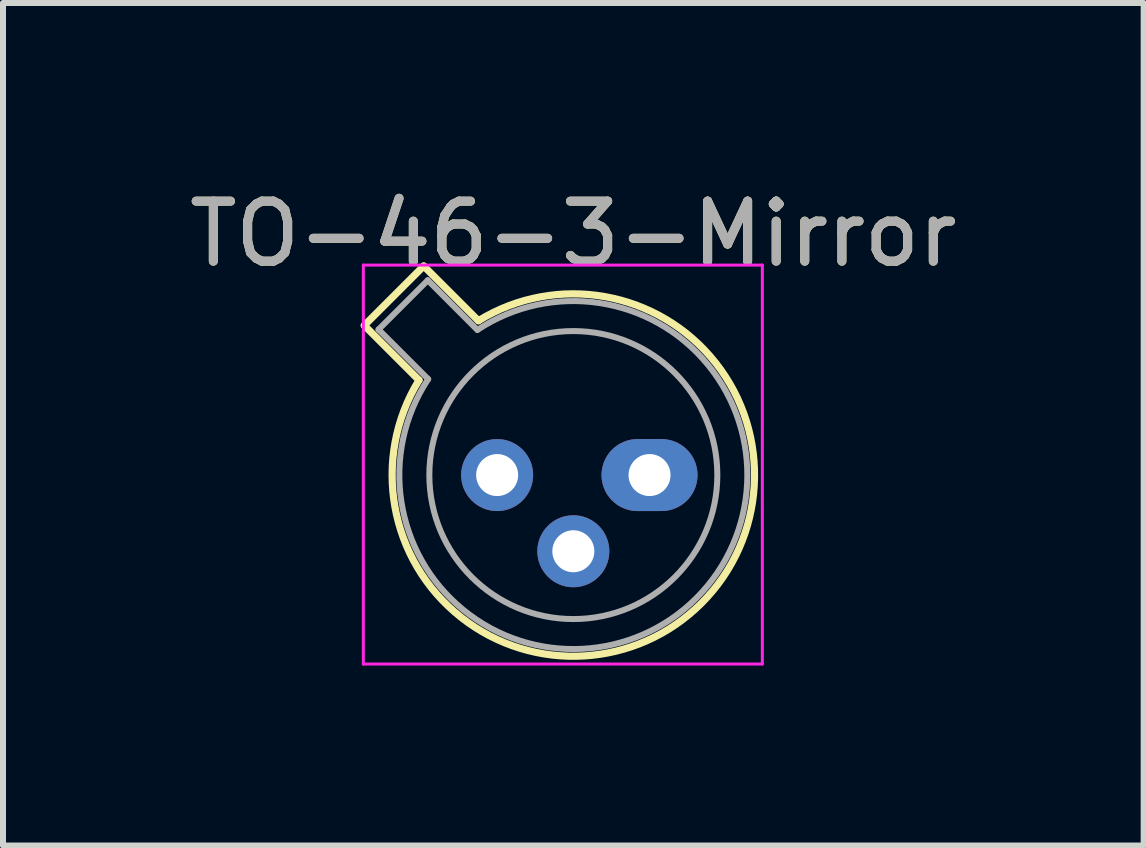
<source format=kicad_pcb>
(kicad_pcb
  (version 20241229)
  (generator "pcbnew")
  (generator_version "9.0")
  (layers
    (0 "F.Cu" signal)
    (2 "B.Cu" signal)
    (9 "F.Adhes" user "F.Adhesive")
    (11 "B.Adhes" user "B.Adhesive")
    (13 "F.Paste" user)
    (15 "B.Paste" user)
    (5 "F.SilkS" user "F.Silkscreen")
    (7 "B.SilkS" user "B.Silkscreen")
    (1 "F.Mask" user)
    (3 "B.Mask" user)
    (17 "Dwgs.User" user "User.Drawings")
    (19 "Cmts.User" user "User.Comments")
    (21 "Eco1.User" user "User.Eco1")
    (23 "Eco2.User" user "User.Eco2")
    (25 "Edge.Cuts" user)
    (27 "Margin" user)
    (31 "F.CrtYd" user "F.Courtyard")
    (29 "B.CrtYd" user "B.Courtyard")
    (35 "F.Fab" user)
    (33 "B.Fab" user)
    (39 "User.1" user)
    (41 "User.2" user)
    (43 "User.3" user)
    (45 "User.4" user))
  (footprint "TO-46-3-Mirror"
    (layer "F.Cu")
    (at 5.236 4.868)
    (property "Reference" "TO-46-3-Mirror" (at 1.27 -4.02 0) (layer "F.SilkS") (effects (font (size 1 1) (thickness 0.15))))
    (attr through_hole)
    (fp_line (start -2.214 -2.494) (end -1.302 -1.582) (stroke (width 0.12) (type solid)) (layer "F.SilkS"))
    (fp_line (start -1.224 -3.484) (end -2.214 -2.494) (stroke (width 0.12) (type solid)) (layer "F.SilkS"))
    (fp_line (start -0.312 -2.572) (end -1.224 -3.484) (stroke (width 0.12) (type solid)) (layer "F.SilkS"))
    (fp_arc (start -0.312331 -2.572281) (mid 3.405462 2.135462) (end -1.302281 -1.582331) (stroke (width 0.12) (type solid)) (layer "F.SilkS"))
    (fp_line (start -2.23 -3.5) (end -2.23 3.15) (stroke (width 0.05) (type solid)) (layer "F.CrtYd"))
    (fp_line (start -2.23 3.15) (end 4.42 3.15) (stroke (width 0.05) (type solid)) (layer "F.CrtYd"))
    (fp_line (start 4.42 -3.5) (end -2.23 -3.5) (stroke (width 0.05) (type solid)) (layer "F.CrtYd"))
    (fp_line (start 4.42 3.15) (end 4.42 -3.5) (stroke (width 0.05) (type solid)) (layer "F.CrtYd"))
    (fp_line (start -1.977 -2.426) (end -1.149 -1.599) (stroke (width 0.1) (type solid)) (layer "F.Fab"))
    (fp_line (start -1.156 -3.247) (end -1.977 -2.426) (stroke (width 0.1) (type solid)) (layer "F.Fab"))
    (fp_line (start -0.329 -2.419) (end -1.156 -3.247) (stroke (width 0.1) (type solid)) (layer "F.Fab"))
    (fp_arc (start -0.329057 -2.419301) (mid 3.32061 2.05061) (end -1.149301 -1.599057) (stroke (width 0.1) (type solid)) (layer "F.Fab"))
    (fp_circle (center 1.27 0) (end 3.67 0) (stroke (width 0.1) (type solid)) (fill no) (layer "F.Fab"))
    (fp_text user "${REFERENCE}" (at 1.27 -4.02 0) (layer "F.Fab") (effects (font (size 1 1) (thickness 0.15))))
    (pad "1" thru_hole oval (at 2.54 0) (size 1.6 1.2) (drill 0.7) (layers "*.Cu" "*.Mask"))
    (pad "2" thru_hole circle (at 0 0) (size 1.2 1.2) (drill 0.7) (layers "*.Cu" "*.Mask"))
    (pad "3" thru_hole circle (at 1.27 1.27) (size 1.2 1.2) (drill 0.7) (layers "*.Cu" "*.Mask")))
  (gr_rect
    (start -3 -3)
    (end 16.012 11.043)
    (stroke (width 0.1) (type default))
    (fill no)
    (layer "Edge.Cuts")))
</source>
